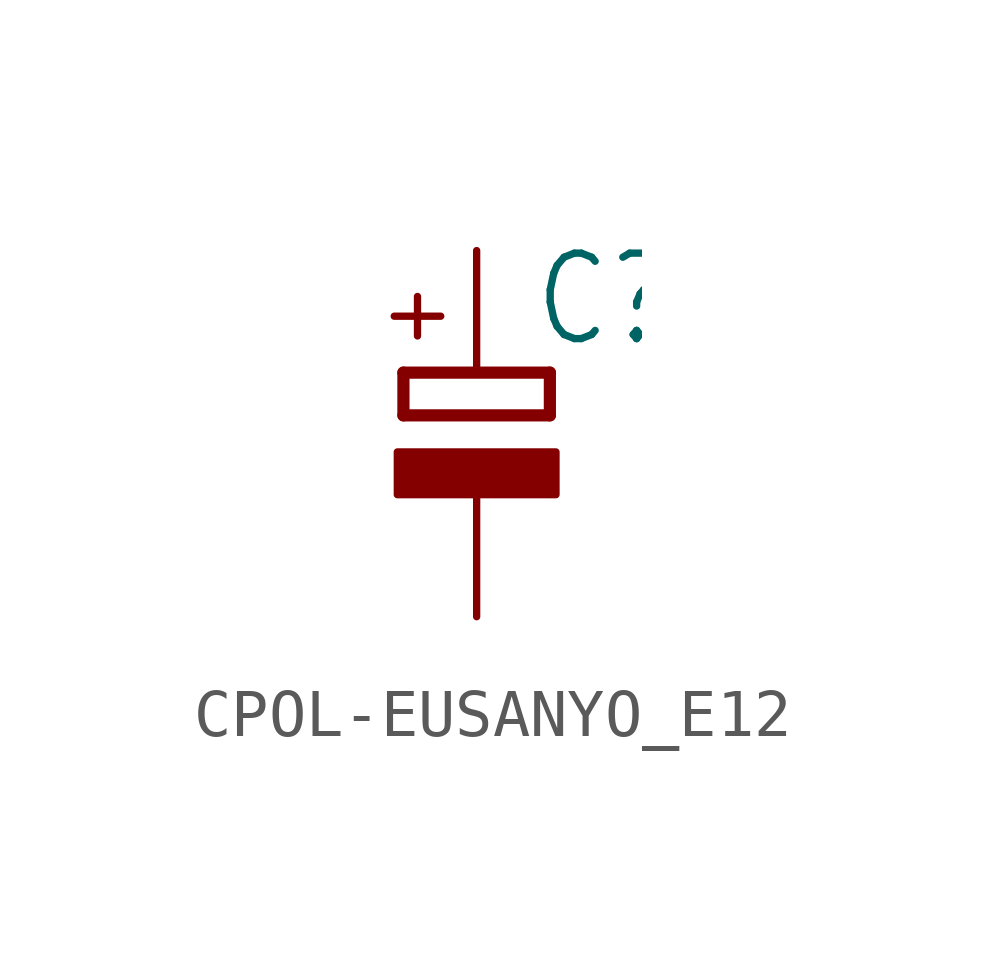
<source format=kicad_sym>
(kicad_symbol_lib
  (version 20231120)
  (generator "kicad_symbol_editor")
  (generator_version "8.0")
  (symbol "CPOL-EUSANYO_E12"
    (property "Reference" "C"
      (at 1.143 0.483 0)
      (effects (font (size 1.778 1.511)) (justify left bottom)))
    (property "Value" ""
      (at 1.143 -4.597 0)
      (effects (font (size 1.778 1.511)) (justify left bottom)))
    (property "ki_locked" ""
      (at 0 0 0)
      (effects (font (size 1.27 1.27))))
    (symbol "CPOL-EUSANYO_E12_1_0"
      (rectangle (start -1.651 -2.54) (end 1.651 -1.651) (stroke (width 0) (type default)) (fill (type outline)))
      (polyline (pts (xy -1.524 -0.889) (xy 1.524 -0.889)) (stroke (width 0.254) (type solid)) (fill (type none)))
      (polyline (pts (xy -1.524 0) (xy -1.524 -0.889)) (stroke (width 0.254) (type solid)) (fill (type none)))
      (polyline (pts (xy -1.524 0) (xy 1.524 0)) (stroke (width 0.254) (type solid)) (fill (type none)))
      (polyline (pts (xy 1.524 -0.889) (xy 1.524 0)) (stroke (width 0.254) (type solid)) (fill (type none)))
      (text "+" (at -0.584 0.406 900) (effects (font (size 1.27 1.079)) (justify left bottom)))
      (pin passive line (at 0 2.54 270) (length 2.54) (name "+" (effects (font (size 0 0)))) (number "+" (effects (font (size 0 0)))))
      (pin passive line (at 0 -5.08 90) (length 2.54) (name "-" (effects (font (size 0 0)))) (number "-" (effects (font (size 0 0))))))))
</source>
